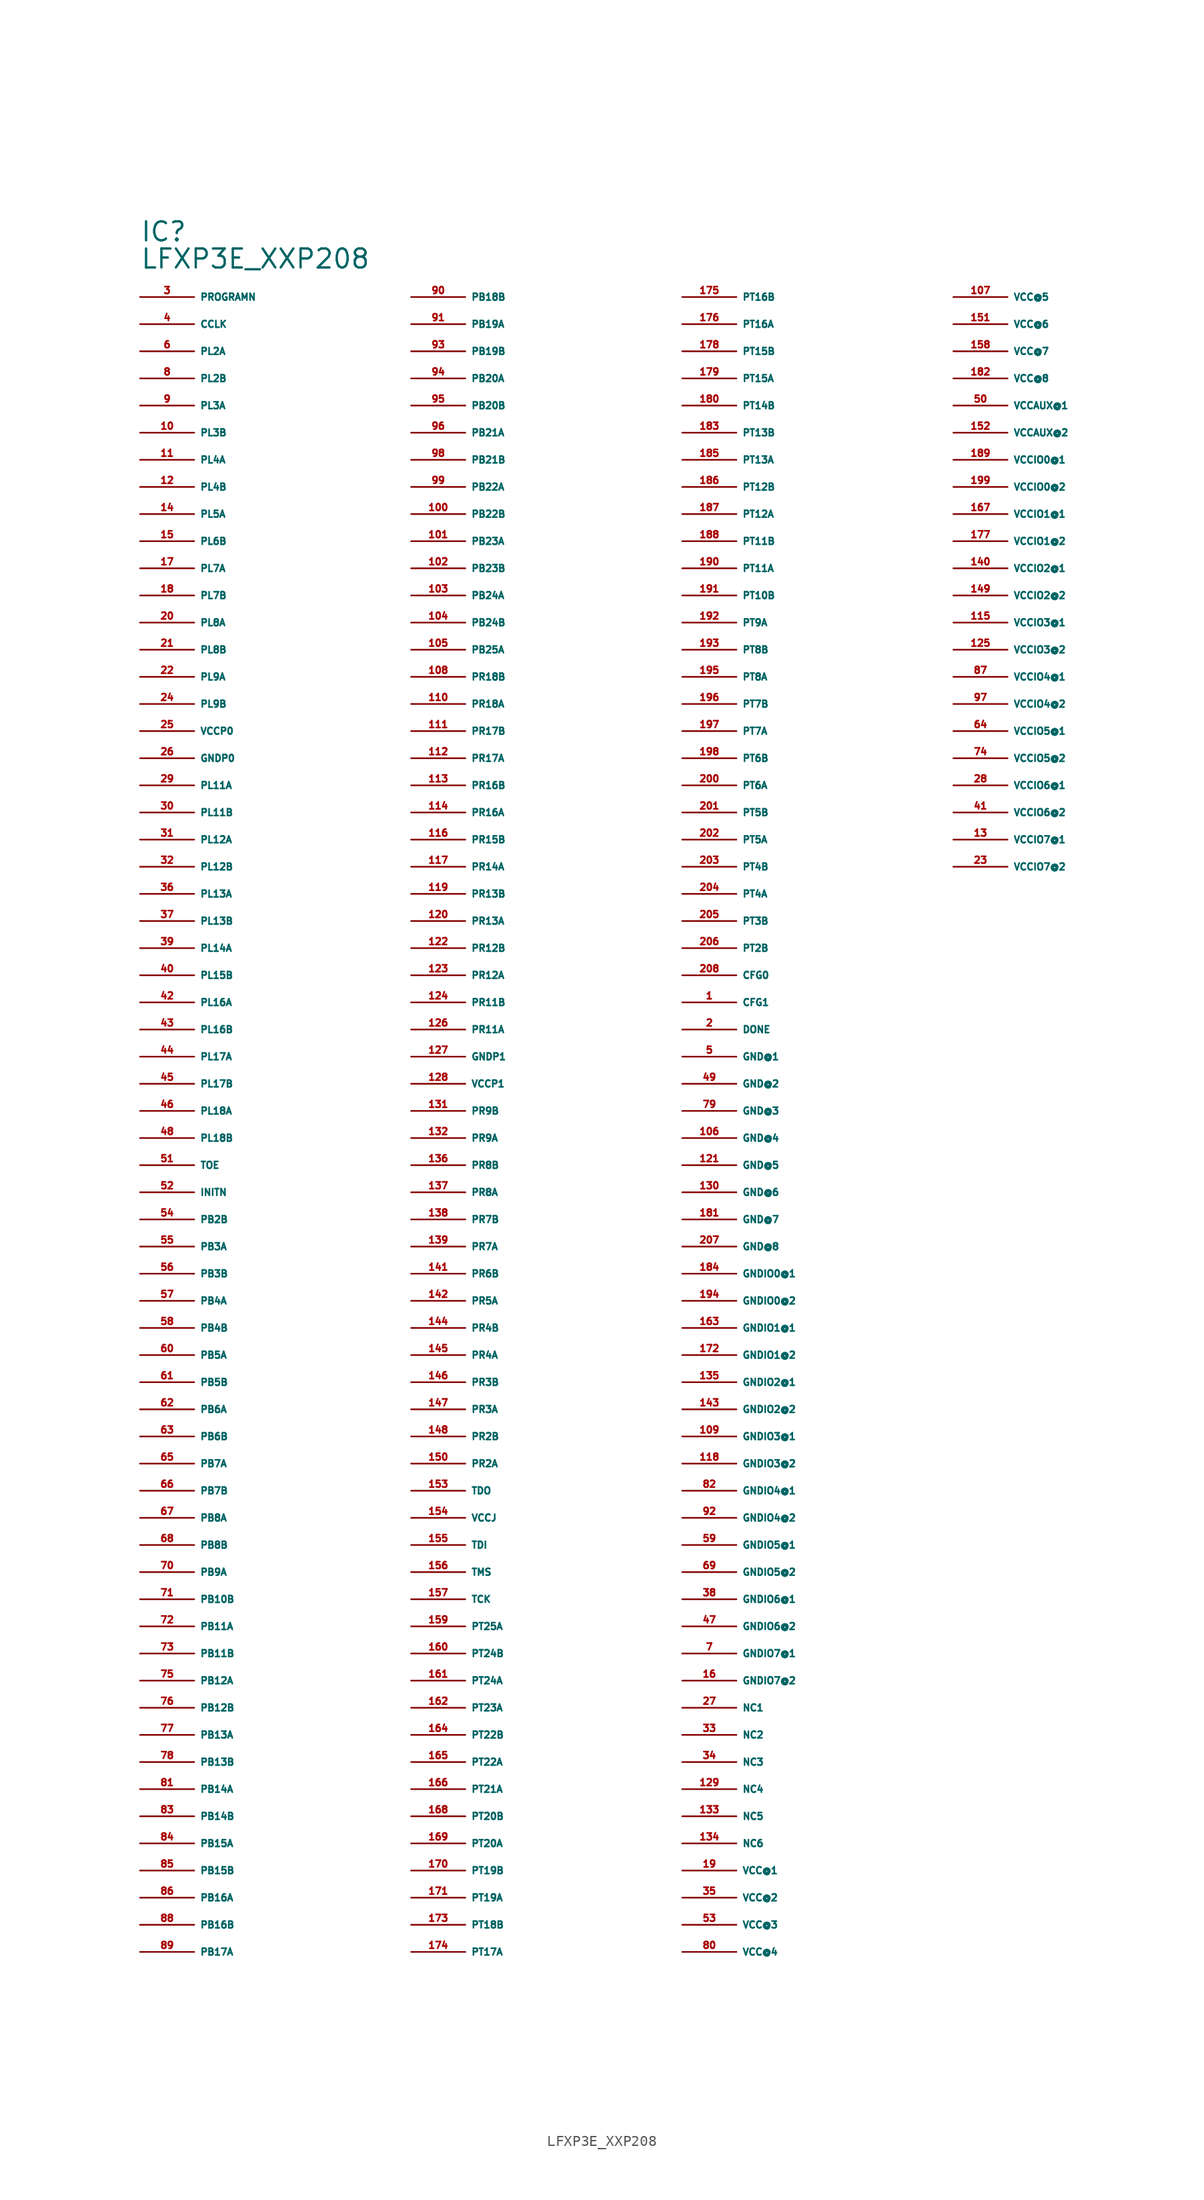
<source format=kicad_sym>
(kicad_symbol_lib
  (version 20220914)
  (generator Eagle2Kicad)
  (symbol "LFXP3E_XXP208"
    (property "Reference" "IC"
      (at -30.48 86.36 0)
      (effects (font (size 1.778 1.778) (thickness 0.22)) (justify left bottom)))
    (property "Value" "LFXP3E_XXP208"
      (at -30.48 83.82 0)
      (effects (font (size 1.778 1.778) (thickness 0.22)) (justify left bottom)))
    (pin input line
      (at -30.48 81.28 0)
      (length 5.08)
      (name "PROGRAMN" (effects (font (size 0.635 0.635) (thickness 0.08)) (justify left bottom)))
      (number "3" (effects (font (size 0.635 0.635) (thickness 0.08)) (justify left bottom))))
    (pin bidirectional line
      (at -30.48 78.74 0)
      (length 5.08)
      (name "CCLK" (effects (font (size 0.635 0.635) (thickness 0.08)) (justify left bottom)))
      (number "4" (effects (font (size 0.635 0.635) (thickness 0.08)) (justify left bottom))))
    (pin bidirectional line
      (at -30.48 76.2 0)
      (length 5.08)
      (name "PL2A" (effects (font (size 0.635 0.635) (thickness 0.08)) (justify left bottom)))
      (number "6" (effects (font (size 0.635 0.635) (thickness 0.08)) (justify left bottom))))
    (pin bidirectional line
      (at -30.48 73.66 0)
      (length 5.08)
      (name "PL2B" (effects (font (size 0.635 0.635) (thickness 0.08)) (justify left bottom)))
      (number "8" (effects (font (size 0.635 0.635) (thickness 0.08)) (justify left bottom))))
    (pin bidirectional line
      (at -30.48 71.12 0)
      (length 5.08)
      (name "PL3A" (effects (font (size 0.635 0.635) (thickness 0.08)) (justify left bottom)))
      (number "9" (effects (font (size 0.635 0.635) (thickness 0.08)) (justify left bottom))))
    (pin bidirectional line
      (at -30.48 68.58 0)
      (length 5.08)
      (name "PL3B" (effects (font (size 0.635 0.635) (thickness 0.08)) (justify left bottom)))
      (number "10" (effects (font (size 0.635 0.635) (thickness 0.08)) (justify left bottom))))
    (pin bidirectional line
      (at -30.48 66.04 0)
      (length 5.08)
      (name "PL4A" (effects (font (size 0.635 0.635) (thickness 0.08)) (justify left bottom)))
      (number "11" (effects (font (size 0.635 0.635) (thickness 0.08)) (justify left bottom))))
    (pin bidirectional line
      (at -30.48 63.5 0)
      (length 5.08)
      (name "PL4B" (effects (font (size 0.635 0.635) (thickness 0.08)) (justify left bottom)))
      (number "12" (effects (font (size 0.635 0.635) (thickness 0.08)) (justify left bottom))))
    (pin bidirectional line
      (at -30.48 60.96 0)
      (length 5.08)
      (name "PL5A" (effects (font (size 0.635 0.635) (thickness 0.08)) (justify left bottom)))
      (number "14" (effects (font (size 0.635 0.635) (thickness 0.08)) (justify left bottom))))
    (pin bidirectional line
      (at -30.48 58.42 0)
      (length 5.08)
      (name "PL6B" (effects (font (size 0.635 0.635) (thickness 0.08)) (justify left bottom)))
      (number "15" (effects (font (size 0.635 0.635) (thickness 0.08)) (justify left bottom))))
    (pin bidirectional line
      (at -30.48 55.88 0)
      (length 5.08)
      (name "PL7A" (effects (font (size 0.635 0.635) (thickness 0.08)) (justify left bottom)))
      (number "17" (effects (font (size 0.635 0.635) (thickness 0.08)) (justify left bottom))))
    (pin bidirectional line
      (at -30.48 53.34 0)
      (length 5.08)
      (name "PL7B" (effects (font (size 0.635 0.635) (thickness 0.08)) (justify left bottom)))
      (number "18" (effects (font (size 0.635 0.635) (thickness 0.08)) (justify left bottom))))
    (pin bidirectional line
      (at -30.48 50.8 0)
      (length 5.08)
      (name "PL8A" (effects (font (size 0.635 0.635) (thickness 0.08)) (justify left bottom)))
      (number "20" (effects (font (size 0.635 0.635) (thickness 0.08)) (justify left bottom))))
    (pin bidirectional line
      (at -30.48 48.26 0)
      (length 5.08)
      (name "PL8B" (effects (font (size 0.635 0.635) (thickness 0.08)) (justify left bottom)))
      (number "21" (effects (font (size 0.635 0.635) (thickness 0.08)) (justify left bottom))))
    (pin bidirectional line
      (at -30.48 45.72 0)
      (length 5.08)
      (name "PL9A" (effects (font (size 0.635 0.635) (thickness 0.08)) (justify left bottom)))
      (number "22" (effects (font (size 0.635 0.635) (thickness 0.08)) (justify left bottom))))
    (pin bidirectional line
      (at -30.48 43.18 0)
      (length 5.08)
      (name "PL9B" (effects (font (size 0.635 0.635) (thickness 0.08)) (justify left bottom)))
      (number "24" (effects (font (size 0.635 0.635) (thickness 0.08)) (justify left bottom))))
    (pin unspecified line
      (at -30.48 40.64 0)
      (length 5.08)
      (name "VCCP0" (effects (font (size 0.635 0.635) (thickness 0.08)) (justify left bottom)))
      (number "25" (effects (font (size 0.635 0.635) (thickness 0.08)) (justify left bottom))))
    (pin unspecified line
      (at -30.48 38.1 0)
      (length 5.08)
      (name "GNDP0" (effects (font (size 0.635 0.635) (thickness 0.08)) (justify left bottom)))
      (number "26" (effects (font (size 0.635 0.635) (thickness 0.08)) (justify left bottom))))
    (pin bidirectional line
      (at -30.48 35.56 0)
      (length 5.08)
      (name "PL11A" (effects (font (size 0.635 0.635) (thickness 0.08)) (justify left bottom)))
      (number "29" (effects (font (size 0.635 0.635) (thickness 0.08)) (justify left bottom))))
    (pin bidirectional line
      (at -30.48 33.02 0)
      (length 5.08)
      (name "PL11B" (effects (font (size 0.635 0.635) (thickness 0.08)) (justify left bottom)))
      (number "30" (effects (font (size 0.635 0.635) (thickness 0.08)) (justify left bottom))))
    (pin bidirectional line
      (at -30.48 30.48 0)
      (length 5.08)
      (name "PL12A" (effects (font (size 0.635 0.635) (thickness 0.08)) (justify left bottom)))
      (number "31" (effects (font (size 0.635 0.635) (thickness 0.08)) (justify left bottom))))
    (pin bidirectional line
      (at -30.48 27.94 0)
      (length 5.08)
      (name "PL12B" (effects (font (size 0.635 0.635) (thickness 0.08)) (justify left bottom)))
      (number "32" (effects (font (size 0.635 0.635) (thickness 0.08)) (justify left bottom))))
    (pin bidirectional line
      (at -30.48 25.4 0)
      (length 5.08)
      (name "PL13A" (effects (font (size 0.635 0.635) (thickness 0.08)) (justify left bottom)))
      (number "36" (effects (font (size 0.635 0.635) (thickness 0.08)) (justify left bottom))))
    (pin bidirectional line
      (at -30.48 22.86 0)
      (length 5.08)
      (name "PL13B" (effects (font (size 0.635 0.635) (thickness 0.08)) (justify left bottom)))
      (number "37" (effects (font (size 0.635 0.635) (thickness 0.08)) (justify left bottom))))
    (pin bidirectional line
      (at -30.48 20.32 0)
      (length 5.08)
      (name "PL14A" (effects (font (size 0.635 0.635) (thickness 0.08)) (justify left bottom)))
      (number "39" (effects (font (size 0.635 0.635) (thickness 0.08)) (justify left bottom))))
    (pin bidirectional line
      (at -30.48 17.78 0)
      (length 5.08)
      (name "PL15B" (effects (font (size 0.635 0.635) (thickness 0.08)) (justify left bottom)))
      (number "40" (effects (font (size 0.635 0.635) (thickness 0.08)) (justify left bottom))))
    (pin bidirectional line
      (at -30.48 15.24 0)
      (length 5.08)
      (name "PL16A" (effects (font (size 0.635 0.635) (thickness 0.08)) (justify left bottom)))
      (number "42" (effects (font (size 0.635 0.635) (thickness 0.08)) (justify left bottom))))
    (pin bidirectional line
      (at -30.48 12.7 0)
      (length 5.08)
      (name "PL16B" (effects (font (size 0.635 0.635) (thickness 0.08)) (justify left bottom)))
      (number "43" (effects (font (size 0.635 0.635) (thickness 0.08)) (justify left bottom))))
    (pin bidirectional line
      (at -30.48 10.16 0)
      (length 5.08)
      (name "PL17A" (effects (font (size 0.635 0.635) (thickness 0.08)) (justify left bottom)))
      (number "44" (effects (font (size 0.635 0.635) (thickness 0.08)) (justify left bottom))))
    (pin bidirectional line
      (at -30.48 7.62 0)
      (length 5.08)
      (name "PL17B" (effects (font (size 0.635 0.635) (thickness 0.08)) (justify left bottom)))
      (number "45" (effects (font (size 0.635 0.635) (thickness 0.08)) (justify left bottom))))
    (pin bidirectional line
      (at -30.48 5.08 0)
      (length 5.08)
      (name "PL18A" (effects (font (size 0.635 0.635) (thickness 0.08)) (justify left bottom)))
      (number "46" (effects (font (size 0.635 0.635) (thickness 0.08)) (justify left bottom))))
    (pin bidirectional line
      (at -30.48 2.54 0)
      (length 5.08)
      (name "PL18B" (effects (font (size 0.635 0.635) (thickness 0.08)) (justify left bottom)))
      (number "48" (effects (font (size 0.635 0.635) (thickness 0.08)) (justify left bottom))))
    (pin input line
      (at -30.48 0 0)
      (length 5.08)
      (name "TOE" (effects (font (size 0.635 0.635) (thickness 0.08)) (justify left bottom)))
      (number "51" (effects (font (size 0.635 0.635) (thickness 0.08)) (justify left bottom))))
    (pin bidirectional line
      (at -30.48 -2.54 0)
      (length 5.08)
      (name "INITN" (effects (font (size 0.635 0.635) (thickness 0.08)) (justify left bottom)))
      (number "52" (effects (font (size 0.635 0.635) (thickness 0.08)) (justify left bottom))))
    (pin bidirectional line
      (at -30.48 -5.08 0)
      (length 5.08)
      (name "PB2B" (effects (font (size 0.635 0.635) (thickness 0.08)) (justify left bottom)))
      (number "54" (effects (font (size 0.635 0.635) (thickness 0.08)) (justify left bottom))))
    (pin bidirectional line
      (at -30.48 -7.62 0)
      (length 5.08)
      (name "PB3A" (effects (font (size 0.635 0.635) (thickness 0.08)) (justify left bottom)))
      (number "55" (effects (font (size 0.635 0.635) (thickness 0.08)) (justify left bottom))))
    (pin bidirectional line
      (at -30.48 -10.16 0)
      (length 5.08)
      (name "PB3B" (effects (font (size 0.635 0.635) (thickness 0.08)) (justify left bottom)))
      (number "56" (effects (font (size 0.635 0.635) (thickness 0.08)) (justify left bottom))))
    (pin bidirectional line
      (at -30.48 -12.7 0)
      (length 5.08)
      (name "PB4A" (effects (font (size 0.635 0.635) (thickness 0.08)) (justify left bottom)))
      (number "57" (effects (font (size 0.635 0.635) (thickness 0.08)) (justify left bottom))))
    (pin bidirectional line
      (at -30.48 -15.24 0)
      (length 5.08)
      (name "PB4B" (effects (font (size 0.635 0.635) (thickness 0.08)) (justify left bottom)))
      (number "58" (effects (font (size 0.635 0.635) (thickness 0.08)) (justify left bottom))))
    (pin bidirectional line
      (at -30.48 -17.78 0)
      (length 5.08)
      (name "PB5A" (effects (font (size 0.635 0.635) (thickness 0.08)) (justify left bottom)))
      (number "60" (effects (font (size 0.635 0.635) (thickness 0.08)) (justify left bottom))))
    (pin bidirectional line
      (at -30.48 -20.32 0)
      (length 5.08)
      (name "PB5B" (effects (font (size 0.635 0.635) (thickness 0.08)) (justify left bottom)))
      (number "61" (effects (font (size 0.635 0.635) (thickness 0.08)) (justify left bottom))))
    (pin bidirectional line
      (at -30.48 -22.86 0)
      (length 5.08)
      (name "PB6A" (effects (font (size 0.635 0.635) (thickness 0.08)) (justify left bottom)))
      (number "62" (effects (font (size 0.635 0.635) (thickness 0.08)) (justify left bottom))))
    (pin bidirectional line
      (at -30.48 -25.4 0)
      (length 5.08)
      (name "PB6B" (effects (font (size 0.635 0.635) (thickness 0.08)) (justify left bottom)))
      (number "63" (effects (font (size 0.635 0.635) (thickness 0.08)) (justify left bottom))))
    (pin bidirectional line
      (at -30.48 -27.94 0)
      (length 5.08)
      (name "PB7A" (effects (font (size 0.635 0.635) (thickness 0.08)) (justify left bottom)))
      (number "65" (effects (font (size 0.635 0.635) (thickness 0.08)) (justify left bottom))))
    (pin bidirectional line
      (at -30.48 -30.48 0)
      (length 5.08)
      (name "PB7B" (effects (font (size 0.635 0.635) (thickness 0.08)) (justify left bottom)))
      (number "66" (effects (font (size 0.635 0.635) (thickness 0.08)) (justify left bottom))))
    (pin bidirectional line
      (at -30.48 -33.02 0)
      (length 5.08)
      (name "PB8A" (effects (font (size 0.635 0.635) (thickness 0.08)) (justify left bottom)))
      (number "67" (effects (font (size 0.635 0.635) (thickness 0.08)) (justify left bottom))))
    (pin bidirectional line
      (at -30.48 -35.56 0)
      (length 5.08)
      (name "PB8B" (effects (font (size 0.635 0.635) (thickness 0.08)) (justify left bottom)))
      (number "68" (effects (font (size 0.635 0.635) (thickness 0.08)) (justify left bottom))))
    (pin bidirectional line
      (at -30.48 -38.1 0)
      (length 5.08)
      (name "PB9A" (effects (font (size 0.635 0.635) (thickness 0.08)) (justify left bottom)))
      (number "70" (effects (font (size 0.635 0.635) (thickness 0.08)) (justify left bottom))))
    (pin bidirectional line
      (at -30.48 -40.64 0)
      (length 5.08)
      (name "PB10B" (effects (font (size 0.635 0.635) (thickness 0.08)) (justify left bottom)))
      (number "71" (effects (font (size 0.635 0.635) (thickness 0.08)) (justify left bottom))))
    (pin bidirectional line
      (at -30.48 -43.18 0)
      (length 5.08)
      (name "PB11A" (effects (font (size 0.635 0.635) (thickness 0.08)) (justify left bottom)))
      (number "72" (effects (font (size 0.635 0.635) (thickness 0.08)) (justify left bottom))))
    (pin bidirectional line
      (at -30.48 -45.72 0)
      (length 5.08)
      (name "PB11B" (effects (font (size 0.635 0.635) (thickness 0.08)) (justify left bottom)))
      (number "73" (effects (font (size 0.635 0.635) (thickness 0.08)) (justify left bottom))))
    (pin bidirectional line
      (at -30.48 -48.26 0)
      (length 5.08)
      (name "PB12A" (effects (font (size 0.635 0.635) (thickness 0.08)) (justify left bottom)))
      (number "75" (effects (font (size 0.635 0.635) (thickness 0.08)) (justify left bottom))))
    (pin bidirectional line
      (at -30.48 -50.8 0)
      (length 5.08)
      (name "PB12B" (effects (font (size 0.635 0.635) (thickness 0.08)) (justify left bottom)))
      (number "76" (effects (font (size 0.635 0.635) (thickness 0.08)) (justify left bottom))))
    (pin bidirectional line
      (at -30.48 -53.34 0)
      (length 5.08)
      (name "PB13A" (effects (font (size 0.635 0.635) (thickness 0.08)) (justify left bottom)))
      (number "77" (effects (font (size 0.635 0.635) (thickness 0.08)) (justify left bottom))))
    (pin bidirectional line
      (at -30.48 -55.88 0)
      (length 5.08)
      (name "PB13B" (effects (font (size 0.635 0.635) (thickness 0.08)) (justify left bottom)))
      (number "78" (effects (font (size 0.635 0.635) (thickness 0.08)) (justify left bottom))))
    (pin bidirectional line
      (at -30.48 -58.42 0)
      (length 5.08)
      (name "PB14A" (effects (font (size 0.635 0.635) (thickness 0.08)) (justify left bottom)))
      (number "81" (effects (font (size 0.635 0.635) (thickness 0.08)) (justify left bottom))))
    (pin bidirectional line
      (at -30.48 -60.96 0)
      (length 5.08)
      (name "PB14B" (effects (font (size 0.635 0.635) (thickness 0.08)) (justify left bottom)))
      (number "83" (effects (font (size 0.635 0.635) (thickness 0.08)) (justify left bottom))))
    (pin bidirectional line
      (at -30.48 -63.5 0)
      (length 5.08)
      (name "PB15A" (effects (font (size 0.635 0.635) (thickness 0.08)) (justify left bottom)))
      (number "84" (effects (font (size 0.635 0.635) (thickness 0.08)) (justify left bottom))))
    (pin bidirectional line
      (at -30.48 -66.04 0)
      (length 5.08)
      (name "PB15B" (effects (font (size 0.635 0.635) (thickness 0.08)) (justify left bottom)))
      (number "85" (effects (font (size 0.635 0.635) (thickness 0.08)) (justify left bottom))))
    (pin bidirectional line
      (at -30.48 -68.58 0)
      (length 5.08)
      (name "PB16A" (effects (font (size 0.635 0.635) (thickness 0.08)) (justify left bottom)))
      (number "86" (effects (font (size 0.635 0.635) (thickness 0.08)) (justify left bottom))))
    (pin bidirectional line
      (at -30.48 -71.12 0)
      (length 5.08)
      (name "PB16B" (effects (font (size 0.635 0.635) (thickness 0.08)) (justify left bottom)))
      (number "88" (effects (font (size 0.635 0.635) (thickness 0.08)) (justify left bottom))))
    (pin bidirectional line
      (at -30.48 -73.66 0)
      (length 5.08)
      (name "PB17A" (effects (font (size 0.635 0.635) (thickness 0.08)) (justify left bottom)))
      (number "89" (effects (font (size 0.635 0.635) (thickness 0.08)) (justify left bottom))))
    (pin bidirectional line
      (at -5.08 81.28 0)
      (length 5.08)
      (name "PB18B" (effects (font (size 0.635 0.635) (thickness 0.08)) (justify left bottom)))
      (number "90" (effects (font (size 0.635 0.635) (thickness 0.08)) (justify left bottom))))
    (pin bidirectional line
      (at -5.08 78.74 0)
      (length 5.08)
      (name "PB19A" (effects (font (size 0.635 0.635) (thickness 0.08)) (justify left bottom)))
      (number "91" (effects (font (size 0.635 0.635) (thickness 0.08)) (justify left bottom))))
    (pin bidirectional line
      (at -5.08 76.2 0)
      (length 5.08)
      (name "PB19B" (effects (font (size 0.635 0.635) (thickness 0.08)) (justify left bottom)))
      (number "93" (effects (font (size 0.635 0.635) (thickness 0.08)) (justify left bottom))))
    (pin bidirectional line
      (at -5.08 73.66 0)
      (length 5.08)
      (name "PB20A" (effects (font (size 0.635 0.635) (thickness 0.08)) (justify left bottom)))
      (number "94" (effects (font (size 0.635 0.635) (thickness 0.08)) (justify left bottom))))
    (pin bidirectional line
      (at -5.08 71.12 0)
      (length 5.08)
      (name "PB20B" (effects (font (size 0.635 0.635) (thickness 0.08)) (justify left bottom)))
      (number "95" (effects (font (size 0.635 0.635) (thickness 0.08)) (justify left bottom))))
    (pin bidirectional line
      (at -5.08 68.58 0)
      (length 5.08)
      (name "PB21A" (effects (font (size 0.635 0.635) (thickness 0.08)) (justify left bottom)))
      (number "96" (effects (font (size 0.635 0.635) (thickness 0.08)) (justify left bottom))))
    (pin bidirectional line
      (at -5.08 66.04 0)
      (length 5.08)
      (name "PB21B" (effects (font (size 0.635 0.635) (thickness 0.08)) (justify left bottom)))
      (number "98" (effects (font (size 0.635 0.635) (thickness 0.08)) (justify left bottom))))
    (pin bidirectional line
      (at -5.08 63.5 0)
      (length 5.08)
      (name "PB22A" (effects (font (size 0.635 0.635) (thickness 0.08)) (justify left bottom)))
      (number "99" (effects (font (size 0.635 0.635) (thickness 0.08)) (justify left bottom))))
    (pin bidirectional line
      (at -5.08 60.96 0)
      (length 5.08)
      (name "PB22B" (effects (font (size 0.635 0.635) (thickness 0.08)) (justify left bottom)))
      (number "100" (effects (font (size 0.635 0.635) (thickness 0.08)) (justify left bottom))))
    (pin bidirectional line
      (at -5.08 58.42 0)
      (length 5.08)
      (name "PB23A" (effects (font (size 0.635 0.635) (thickness 0.08)) (justify left bottom)))
      (number "101" (effects (font (size 0.635 0.635) (thickness 0.08)) (justify left bottom))))
    (pin bidirectional line
      (at -5.08 55.88 0)
      (length 5.08)
      (name "PB23B" (effects (font (size 0.635 0.635) (thickness 0.08)) (justify left bottom)))
      (number "102" (effects (font (size 0.635 0.635) (thickness 0.08)) (justify left bottom))))
    (pin bidirectional line
      (at -5.08 53.34 0)
      (length 5.08)
      (name "PB24A" (effects (font (size 0.635 0.635) (thickness 0.08)) (justify left bottom)))
      (number "103" (effects (font (size 0.635 0.635) (thickness 0.08)) (justify left bottom))))
    (pin bidirectional line
      (at -5.08 50.8 0)
      (length 5.08)
      (name "PB24B" (effects (font (size 0.635 0.635) (thickness 0.08)) (justify left bottom)))
      (number "104" (effects (font (size 0.635 0.635) (thickness 0.08)) (justify left bottom))))
    (pin bidirectional line
      (at -5.08 48.26 0)
      (length 5.08)
      (name "PB25A" (effects (font (size 0.635 0.635) (thickness 0.08)) (justify left bottom)))
      (number "105" (effects (font (size 0.635 0.635) (thickness 0.08)) (justify left bottom))))
    (pin bidirectional line
      (at -5.08 45.72 0)
      (length 5.08)
      (name "PR18B" (effects (font (size 0.635 0.635) (thickness 0.08)) (justify left bottom)))
      (number "108" (effects (font (size 0.635 0.635) (thickness 0.08)) (justify left bottom))))
    (pin bidirectional line
      (at -5.08 43.18 0)
      (length 5.08)
      (name "PR18A" (effects (font (size 0.635 0.635) (thickness 0.08)) (justify left bottom)))
      (number "110" (effects (font (size 0.635 0.635) (thickness 0.08)) (justify left bottom))))
    (pin bidirectional line
      (at -5.08 40.64 0)
      (length 5.08)
      (name "PR17B" (effects (font (size 0.635 0.635) (thickness 0.08)) (justify left bottom)))
      (number "111" (effects (font (size 0.635 0.635) (thickness 0.08)) (justify left bottom))))
    (pin bidirectional line
      (at -5.08 38.1 0)
      (length 5.08)
      (name "PR17A" (effects (font (size 0.635 0.635) (thickness 0.08)) (justify left bottom)))
      (number "112" (effects (font (size 0.635 0.635) (thickness 0.08)) (justify left bottom))))
    (pin bidirectional line
      (at -5.08 35.56 0)
      (length 5.08)
      (name "PR16B" (effects (font (size 0.635 0.635) (thickness 0.08)) (justify left bottom)))
      (number "113" (effects (font (size 0.635 0.635) (thickness 0.08)) (justify left bottom))))
    (pin bidirectional line
      (at -5.08 33.02 0)
      (length 5.08)
      (name "PR16A" (effects (font (size 0.635 0.635) (thickness 0.08)) (justify left bottom)))
      (number "114" (effects (font (size 0.635 0.635) (thickness 0.08)) (justify left bottom))))
    (pin bidirectional line
      (at -5.08 30.48 0)
      (length 5.08)
      (name "PR15B" (effects (font (size 0.635 0.635) (thickness 0.08)) (justify left bottom)))
      (number "116" (effects (font (size 0.635 0.635) (thickness 0.08)) (justify left bottom))))
    (pin bidirectional line
      (at -5.08 27.94 0)
      (length 5.08)
      (name "PR14A" (effects (font (size 0.635 0.635) (thickness 0.08)) (justify left bottom)))
      (number "117" (effects (font (size 0.635 0.635) (thickness 0.08)) (justify left bottom))))
    (pin bidirectional line
      (at -5.08 25.4 0)
      (length 5.08)
      (name "PR13B" (effects (font (size 0.635 0.635) (thickness 0.08)) (justify left bottom)))
      (number "119" (effects (font (size 0.635 0.635) (thickness 0.08)) (justify left bottom))))
    (pin bidirectional line
      (at -5.08 22.86 0)
      (length 5.08)
      (name "PR13A" (effects (font (size 0.635 0.635) (thickness 0.08)) (justify left bottom)))
      (number "120" (effects (font (size 0.635 0.635) (thickness 0.08)) (justify left bottom))))
    (pin bidirectional line
      (at -5.08 20.32 0)
      (length 5.08)
      (name "PR12B" (effects (font (size 0.635 0.635) (thickness 0.08)) (justify left bottom)))
      (number "122" (effects (font (size 0.635 0.635) (thickness 0.08)) (justify left bottom))))
    (pin bidirectional line
      (at -5.08 17.78 0)
      (length 5.08)
      (name "PR12A" (effects (font (size 0.635 0.635) (thickness 0.08)) (justify left bottom)))
      (number "123" (effects (font (size 0.635 0.635) (thickness 0.08)) (justify left bottom))))
    (pin bidirectional line
      (at -5.08 15.24 0)
      (length 5.08)
      (name "PR11B" (effects (font (size 0.635 0.635) (thickness 0.08)) (justify left bottom)))
      (number "124" (effects (font (size 0.635 0.635) (thickness 0.08)) (justify left bottom))))
    (pin bidirectional line
      (at -5.08 12.7 0)
      (length 5.08)
      (name "PR11A" (effects (font (size 0.635 0.635) (thickness 0.08)) (justify left bottom)))
      (number "126" (effects (font (size 0.635 0.635) (thickness 0.08)) (justify left bottom))))
    (pin unspecified line
      (at -5.08 10.16 0)
      (length 5.08)
      (name "GNDP1" (effects (font (size 0.635 0.635) (thickness 0.08)) (justify left bottom)))
      (number "127" (effects (font (size 0.635 0.635) (thickness 0.08)) (justify left bottom))))
    (pin unspecified line
      (at -5.08 7.62 0)
      (length 5.08)
      (name "VCCP1" (effects (font (size 0.635 0.635) (thickness 0.08)) (justify left bottom)))
      (number "128" (effects (font (size 0.635 0.635) (thickness 0.08)) (justify left bottom))))
    (pin bidirectional line
      (at -5.08 5.08 0)
      (length 5.08)
      (name "PR9B" (effects (font (size 0.635 0.635) (thickness 0.08)) (justify left bottom)))
      (number "131" (effects (font (size 0.635 0.635) (thickness 0.08)) (justify left bottom))))
    (pin bidirectional line
      (at -5.08 2.54 0)
      (length 5.08)
      (name "PR9A" (effects (font (size 0.635 0.635) (thickness 0.08)) (justify left bottom)))
      (number "132" (effects (font (size 0.635 0.635) (thickness 0.08)) (justify left bottom))))
    (pin bidirectional line
      (at -5.08 0 0)
      (length 5.08)
      (name "PR8B" (effects (font (size 0.635 0.635) (thickness 0.08)) (justify left bottom)))
      (number "136" (effects (font (size 0.635 0.635) (thickness 0.08)) (justify left bottom))))
    (pin bidirectional line
      (at -5.08 -2.54 0)
      (length 5.08)
      (name "PR8A" (effects (font (size 0.635 0.635) (thickness 0.08)) (justify left bottom)))
      (number "137" (effects (font (size 0.635 0.635) (thickness 0.08)) (justify left bottom))))
    (pin bidirectional line
      (at -5.08 -5.08 0)
      (length 5.08)
      (name "PR7B" (effects (font (size 0.635 0.635) (thickness 0.08)) (justify left bottom)))
      (number "138" (effects (font (size 0.635 0.635) (thickness 0.08)) (justify left bottom))))
    (pin bidirectional line
      (at -5.08 -7.62 0)
      (length 5.08)
      (name "PR7A" (effects (font (size 0.635 0.635) (thickness 0.08)) (justify left bottom)))
      (number "139" (effects (font (size 0.635 0.635) (thickness 0.08)) (justify left bottom))))
    (pin bidirectional line
      (at -5.08 -10.16 0)
      (length 5.08)
      (name "PR6B" (effects (font (size 0.635 0.635) (thickness 0.08)) (justify left bottom)))
      (number "141" (effects (font (size 0.635 0.635) (thickness 0.08)) (justify left bottom))))
    (pin bidirectional line
      (at -5.08 -12.7 0)
      (length 5.08)
      (name "PR5A" (effects (font (size 0.635 0.635) (thickness 0.08)) (justify left bottom)))
      (number "142" (effects (font (size 0.635 0.635) (thickness 0.08)) (justify left bottom))))
    (pin bidirectional line
      (at -5.08 -15.24 0)
      (length 5.08)
      (name "PR4B" (effects (font (size 0.635 0.635) (thickness 0.08)) (justify left bottom)))
      (number "144" (effects (font (size 0.635 0.635) (thickness 0.08)) (justify left bottom))))
    (pin bidirectional line
      (at -5.08 -17.78 0)
      (length 5.08)
      (name "PR4A" (effects (font (size 0.635 0.635) (thickness 0.08)) (justify left bottom)))
      (number "145" (effects (font (size 0.635 0.635) (thickness 0.08)) (justify left bottom))))
    (pin bidirectional line
      (at -5.08 -20.32 0)
      (length 5.08)
      (name "PR3B" (effects (font (size 0.635 0.635) (thickness 0.08)) (justify left bottom)))
      (number "146" (effects (font (size 0.635 0.635) (thickness 0.08)) (justify left bottom))))
    (pin bidirectional line
      (at -5.08 -22.86 0)
      (length 5.08)
      (name "PR3A" (effects (font (size 0.635 0.635) (thickness 0.08)) (justify left bottom)))
      (number "147" (effects (font (size 0.635 0.635) (thickness 0.08)) (justify left bottom))))
    (pin bidirectional line
      (at -5.08 -25.4 0)
      (length 5.08)
      (name "PR2B" (effects (font (size 0.635 0.635) (thickness 0.08)) (justify left bottom)))
      (number "148" (effects (font (size 0.635 0.635) (thickness 0.08)) (justify left bottom))))
    (pin bidirectional line
      (at -5.08 -27.94 0)
      (length 5.08)
      (name "PR2A" (effects (font (size 0.635 0.635) (thickness 0.08)) (justify left bottom)))
      (number "150" (effects (font (size 0.635 0.635) (thickness 0.08)) (justify left bottom))))
    (pin output line
      (at -5.08 -30.48 0)
      (length 5.08)
      (name "TDO" (effects (font (size 0.635 0.635) (thickness 0.08)) (justify left bottom)))
      (number "153" (effects (font (size 0.635 0.635) (thickness 0.08)) (justify left bottom))))
    (pin unspecified line
      (at -5.08 -33.02 0)
      (length 5.08)
      (name "VCCJ" (effects (font (size 0.635 0.635) (thickness 0.08)) (justify left bottom)))
      (number "154" (effects (font (size 0.635 0.635) (thickness 0.08)) (justify left bottom))))
    (pin input line
      (at -5.08 -35.56 0)
      (length 5.08)
      (name "TDI" (effects (font (size 0.635 0.635) (thickness 0.08)) (justify left bottom)))
      (number "155" (effects (font (size 0.635 0.635) (thickness 0.08)) (justify left bottom))))
    (pin input line
      (at -5.08 -38.1 0)
      (length 5.08)
      (name "TMS" (effects (font (size 0.635 0.635) (thickness 0.08)) (justify left bottom)))
      (number "156" (effects (font (size 0.635 0.635) (thickness 0.08)) (justify left bottom))))
    (pin input line
      (at -5.08 -40.64 0)
      (length 5.08)
      (name "TCK" (effects (font (size 0.635 0.635) (thickness 0.08)) (justify left bottom)))
      (number "157" (effects (font (size 0.635 0.635) (thickness 0.08)) (justify left bottom))))
    (pin bidirectional line
      (at -5.08 -43.18 0)
      (length 5.08)
      (name "PT25A" (effects (font (size 0.635 0.635) (thickness 0.08)) (justify left bottom)))
      (number "159" (effects (font (size 0.635 0.635) (thickness 0.08)) (justify left bottom))))
    (pin bidirectional line
      (at -5.08 -45.72 0)
      (length 5.08)
      (name "PT24B" (effects (font (size 0.635 0.635) (thickness 0.08)) (justify left bottom)))
      (number "160" (effects (font (size 0.635 0.635) (thickness 0.08)) (justify left bottom))))
    (pin bidirectional line
      (at -5.08 -48.26 0)
      (length 5.08)
      (name "PT24A" (effects (font (size 0.635 0.635) (thickness 0.08)) (justify left bottom)))
      (number "161" (effects (font (size 0.635 0.635) (thickness 0.08)) (justify left bottom))))
    (pin bidirectional line
      (at -5.08 -50.8 0)
      (length 5.08)
      (name "PT23A" (effects (font (size 0.635 0.635) (thickness 0.08)) (justify left bottom)))
      (number "162" (effects (font (size 0.635 0.635) (thickness 0.08)) (justify left bottom))))
    (pin bidirectional line
      (at -5.08 -53.34 0)
      (length 5.08)
      (name "PT22B" (effects (font (size 0.635 0.635) (thickness 0.08)) (justify left bottom)))
      (number "164" (effects (font (size 0.635 0.635) (thickness 0.08)) (justify left bottom))))
    (pin bidirectional line
      (at -5.08 -55.88 0)
      (length 5.08)
      (name "PT22A" (effects (font (size 0.635 0.635) (thickness 0.08)) (justify left bottom)))
      (number "165" (effects (font (size 0.635 0.635) (thickness 0.08)) (justify left bottom))))
    (pin bidirectional line
      (at -5.08 -58.42 0)
      (length 5.08)
      (name "PT21A" (effects (font (size 0.635 0.635) (thickness 0.08)) (justify left bottom)))
      (number "166" (effects (font (size 0.635 0.635) (thickness 0.08)) (justify left bottom))))
    (pin bidirectional line
      (at -5.08 -60.96 0)
      (length 5.08)
      (name "PT20B" (effects (font (size 0.635 0.635) (thickness 0.08)) (justify left bottom)))
      (number "168" (effects (font (size 0.635 0.635) (thickness 0.08)) (justify left bottom))))
    (pin bidirectional line
      (at -5.08 -63.5 0)
      (length 5.08)
      (name "PT20A" (effects (font (size 0.635 0.635) (thickness 0.08)) (justify left bottom)))
      (number "169" (effects (font (size 0.635 0.635) (thickness 0.08)) (justify left bottom))))
    (pin bidirectional line
      (at -5.08 -66.04 0)
      (length 5.08)
      (name "PT19B" (effects (font (size 0.635 0.635) (thickness 0.08)) (justify left bottom)))
      (number "170" (effects (font (size 0.635 0.635) (thickness 0.08)) (justify left bottom))))
    (pin bidirectional line
      (at -5.08 -68.58 0)
      (length 5.08)
      (name "PT19A" (effects (font (size 0.635 0.635) (thickness 0.08)) (justify left bottom)))
      (number "171" (effects (font (size 0.635 0.635) (thickness 0.08)) (justify left bottom))))
    (pin bidirectional line
      (at -5.08 -71.12 0)
      (length 5.08)
      (name "PT18B" (effects (font (size 0.635 0.635) (thickness 0.08)) (justify left bottom)))
      (number "173" (effects (font (size 0.635 0.635) (thickness 0.08)) (justify left bottom))))
    (pin bidirectional line
      (at -5.08 -73.66 0)
      (length 5.08)
      (name "PT17A" (effects (font (size 0.635 0.635) (thickness 0.08)) (justify left bottom)))
      (number "174" (effects (font (size 0.635 0.635) (thickness 0.08)) (justify left bottom))))
    (pin bidirectional line
      (at 20.32 81.28 0)
      (length 5.08)
      (name "PT16B" (effects (font (size 0.635 0.635) (thickness 0.08)) (justify left bottom)))
      (number "175" (effects (font (size 0.635 0.635) (thickness 0.08)) (justify left bottom))))
    (pin bidirectional line
      (at 20.32 78.74 0)
      (length 5.08)
      (name "PT16A" (effects (font (size 0.635 0.635) (thickness 0.08)) (justify left bottom)))
      (number "176" (effects (font (size 0.635 0.635) (thickness 0.08)) (justify left bottom))))
    (pin bidirectional line
      (at 20.32 76.2 0)
      (length 5.08)
      (name "PT15B" (effects (font (size 0.635 0.635) (thickness 0.08)) (justify left bottom)))
      (number "178" (effects (font (size 0.635 0.635) (thickness 0.08)) (justify left bottom))))
    (pin bidirectional line
      (at 20.32 73.66 0)
      (length 5.08)
      (name "PT15A" (effects (font (size 0.635 0.635) (thickness 0.08)) (justify left bottom)))
      (number "179" (effects (font (size 0.635 0.635) (thickness 0.08)) (justify left bottom))))
    (pin bidirectional line
      (at 20.32 71.12 0)
      (length 5.08)
      (name "PT14B" (effects (font (size 0.635 0.635) (thickness 0.08)) (justify left bottom)))
      (number "180" (effects (font (size 0.635 0.635) (thickness 0.08)) (justify left bottom))))
    (pin bidirectional line
      (at 20.32 68.58 0)
      (length 5.08)
      (name "PT13B" (effects (font (size 0.635 0.635) (thickness 0.08)) (justify left bottom)))
      (number "183" (effects (font (size 0.635 0.635) (thickness 0.08)) (justify left bottom))))
    (pin bidirectional line
      (at 20.32 66.04 0)
      (length 5.08)
      (name "PT13A" (effects (font (size 0.635 0.635) (thickness 0.08)) (justify left bottom)))
      (number "185" (effects (font (size 0.635 0.635) (thickness 0.08)) (justify left bottom))))
    (pin bidirectional line
      (at 20.32 63.5 0)
      (length 5.08)
      (name "PT12B" (effects (font (size 0.635 0.635) (thickness 0.08)) (justify left bottom)))
      (number "186" (effects (font (size 0.635 0.635) (thickness 0.08)) (justify left bottom))))
    (pin bidirectional line
      (at 20.32 60.96 0)
      (length 5.08)
      (name "PT12A" (effects (font (size 0.635 0.635) (thickness 0.08)) (justify left bottom)))
      (number "187" (effects (font (size 0.635 0.635) (thickness 0.08)) (justify left bottom))))
    (pin bidirectional line
      (at 20.32 58.42 0)
      (length 5.08)
      (name "PT11B" (effects (font (size 0.635 0.635) (thickness 0.08)) (justify left bottom)))
      (number "188" (effects (font (size 0.635 0.635) (thickness 0.08)) (justify left bottom))))
    (pin bidirectional line
      (at 20.32 55.88 0)
      (length 5.08)
      (name "PT11A" (effects (font (size 0.635 0.635) (thickness 0.08)) (justify left bottom)))
      (number "190" (effects (font (size 0.635 0.635) (thickness 0.08)) (justify left bottom))))
    (pin bidirectional line
      (at 20.32 53.34 0)
      (length 5.08)
      (name "PT10B" (effects (font (size 0.635 0.635) (thickness 0.08)) (justify left bottom)))
      (number "191" (effects (font (size 0.635 0.635) (thickness 0.08)) (justify left bottom))))
    (pin bidirectional line
      (at 20.32 50.8 0)
      (length 5.08)
      (name "PT9A" (effects (font (size 0.635 0.635) (thickness 0.08)) (justify left bottom)))
      (number "192" (effects (font (size 0.635 0.635) (thickness 0.08)) (justify left bottom))))
    (pin bidirectional line
      (at 20.32 48.26 0)
      (length 5.08)
      (name "PT8B" (effects (font (size 0.635 0.635) (thickness 0.08)) (justify left bottom)))
      (number "193" (effects (font (size 0.635 0.635) (thickness 0.08)) (justify left bottom))))
    (pin bidirectional line
      (at 20.32 45.72 0)
      (length 5.08)
      (name "PT8A" (effects (font (size 0.635 0.635) (thickness 0.08)) (justify left bottom)))
      (number "195" (effects (font (size 0.635 0.635) (thickness 0.08)) (justify left bottom))))
    (pin bidirectional line
      (at 20.32 43.18 0)
      (length 5.08)
      (name "PT7B" (effects (font (size 0.635 0.635) (thickness 0.08)) (justify left bottom)))
      (number "196" (effects (font (size 0.635 0.635) (thickness 0.08)) (justify left bottom))))
    (pin bidirectional line
      (at 20.32 40.64 0)
      (length 5.08)
      (name "PT7A" (effects (font (size 0.635 0.635) (thickness 0.08)) (justify left bottom)))
      (number "197" (effects (font (size 0.635 0.635) (thickness 0.08)) (justify left bottom))))
    (pin bidirectional line
      (at 20.32 38.1 0)
      (length 5.08)
      (name "PT6B" (effects (font (size 0.635 0.635) (thickness 0.08)) (justify left bottom)))
      (number "198" (effects (font (size 0.635 0.635) (thickness 0.08)) (justify left bottom))))
    (pin bidirectional line
      (at 20.32 35.56 0)
      (length 5.08)
      (name "PT6A" (effects (font (size 0.635 0.635) (thickness 0.08)) (justify left bottom)))
      (number "200" (effects (font (size 0.635 0.635) (thickness 0.08)) (justify left bottom))))
    (pin bidirectional line
      (at 20.32 33.02 0)
      (length 5.08)
      (name "PT5B" (effects (font (size 0.635 0.635) (thickness 0.08)) (justify left bottom)))
      (number "201" (effects (font (size 0.635 0.635) (thickness 0.08)) (justify left bottom))))
    (pin bidirectional line
      (at 20.32 30.48 0)
      (length 5.08)
      (name "PT5A" (effects (font (size 0.635 0.635) (thickness 0.08)) (justify left bottom)))
      (number "202" (effects (font (size 0.635 0.635) (thickness 0.08)) (justify left bottom))))
    (pin bidirectional line
      (at 20.32 27.94 0)
      (length 5.08)
      (name "PT4B" (effects (font (size 0.635 0.635) (thickness 0.08)) (justify left bottom)))
      (number "203" (effects (font (size 0.635 0.635) (thickness 0.08)) (justify left bottom))))
    (pin bidirectional line
      (at 20.32 25.4 0)
      (length 5.08)
      (name "PT4A" (effects (font (size 0.635 0.635) (thickness 0.08)) (justify left bottom)))
      (number "204" (effects (font (size 0.635 0.635) (thickness 0.08)) (justify left bottom))))
    (pin bidirectional line
      (at 20.32 22.86 0)
      (length 5.08)
      (name "PT3B" (effects (font (size 0.635 0.635) (thickness 0.08)) (justify left bottom)))
      (number "205" (effects (font (size 0.635 0.635) (thickness 0.08)) (justify left bottom))))
    (pin bidirectional line
      (at 20.32 20.32 0)
      (length 5.08)
      (name "PT2B" (effects (font (size 0.635 0.635) (thickness 0.08)) (justify left bottom)))
      (number "206" (effects (font (size 0.635 0.635) (thickness 0.08)) (justify left bottom))))
    (pin input line
      (at 20.32 17.78 0)
      (length 5.08)
      (name "CFG0" (effects (font (size 0.635 0.635) (thickness 0.08)) (justify left bottom)))
      (number "208" (effects (font (size 0.635 0.635) (thickness 0.08)) (justify left bottom))))
    (pin input line
      (at 20.32 15.24 0)
      (length 5.08)
      (name "CFG1" (effects (font (size 0.635 0.635) (thickness 0.08)) (justify left bottom)))
      (number "1" (effects (font (size 0.635 0.635) (thickness 0.08)) (justify left bottom))))
    (pin bidirectional line
      (at 20.32 12.7 0)
      (length 5.08)
      (name "DONE" (effects (font (size 0.635 0.635) (thickness 0.08)) (justify left bottom)))
      (number "2" (effects (font (size 0.635 0.635) (thickness 0.08)) (justify left bottom))))
    (pin unspecified line
      (at 20.32 10.16 0)
      (length 5.08)
      (name "GND@1" (effects (font (size 0.635 0.635) (thickness 0.08)) (justify left bottom)))
      (number "5" (effects (font (size 0.635 0.635) (thickness 0.08)) (justify left bottom))))
    (pin unspecified line
      (at 20.32 7.62 0)
      (length 5.08)
      (name "GND@2" (effects (font (size 0.635 0.635) (thickness 0.08)) (justify left bottom)))
      (number "49" (effects (font (size 0.635 0.635) (thickness 0.08)) (justify left bottom))))
    (pin unspecified line
      (at 20.32 5.08 0)
      (length 5.08)
      (name "GND@3" (effects (font (size 0.635 0.635) (thickness 0.08)) (justify left bottom)))
      (number "79" (effects (font (size 0.635 0.635) (thickness 0.08)) (justify left bottom))))
    (pin unspecified line
      (at 20.32 2.54 0)
      (length 5.08)
      (name "GND@4" (effects (font (size 0.635 0.635) (thickness 0.08)) (justify left bottom)))
      (number "106" (effects (font (size 0.635 0.635) (thickness 0.08)) (justify left bottom))))
    (pin unspecified line
      (at 20.32 0 0)
      (length 5.08)
      (name "GND@5" (effects (font (size 0.635 0.635) (thickness 0.08)) (justify left bottom)))
      (number "121" (effects (font (size 0.635 0.635) (thickness 0.08)) (justify left bottom))))
    (pin unspecified line
      (at 20.32 -2.54 0)
      (length 5.08)
      (name "GND@6" (effects (font (size 0.635 0.635) (thickness 0.08)) (justify left bottom)))
      (number "130" (effects (font (size 0.635 0.635) (thickness 0.08)) (justify left bottom))))
    (pin unspecified line
      (at 20.32 -5.08 0)
      (length 5.08)
      (name "GND@7" (effects (font (size 0.635 0.635) (thickness 0.08)) (justify left bottom)))
      (number "181" (effects (font (size 0.635 0.635) (thickness 0.08)) (justify left bottom))))
    (pin unspecified line
      (at 20.32 -7.62 0)
      (length 5.08)
      (name "GND@8" (effects (font (size 0.635 0.635) (thickness 0.08)) (justify left bottom)))
      (number "207" (effects (font (size 0.635 0.635) (thickness 0.08)) (justify left bottom))))
    (pin unspecified line
      (at 20.32 -10.16 0)
      (length 5.08)
      (name "GNDIO0@1" (effects (font (size 0.635 0.635) (thickness 0.08)) (justify left bottom)))
      (number "184" (effects (font (size 0.635 0.635) (thickness 0.08)) (justify left bottom))))
    (pin unspecified line
      (at 20.32 -12.7 0)
      (length 5.08)
      (name "GNDIO0@2" (effects (font (size 0.635 0.635) (thickness 0.08)) (justify left bottom)))
      (number "194" (effects (font (size 0.635 0.635) (thickness 0.08)) (justify left bottom))))
    (pin unspecified line
      (at 20.32 -15.24 0)
      (length 5.08)
      (name "GNDIO1@1" (effects (font (size 0.635 0.635) (thickness 0.08)) (justify left bottom)))
      (number "163" (effects (font (size 0.635 0.635) (thickness 0.08)) (justify left bottom))))
    (pin unspecified line
      (at 20.32 -17.78 0)
      (length 5.08)
      (name "GNDIO1@2" (effects (font (size 0.635 0.635) (thickness 0.08)) (justify left bottom)))
      (number "172" (effects (font (size 0.635 0.635) (thickness 0.08)) (justify left bottom))))
    (pin unspecified line
      (at 20.32 -20.32 0)
      (length 5.08)
      (name "GNDIO2@1" (effects (font (size 0.635 0.635) (thickness 0.08)) (justify left bottom)))
      (number "135" (effects (font (size 0.635 0.635) (thickness 0.08)) (justify left bottom))))
    (pin unspecified line
      (at 20.32 -22.86 0)
      (length 5.08)
      (name "GNDIO2@2" (effects (font (size 0.635 0.635) (thickness 0.08)) (justify left bottom)))
      (number "143" (effects (font (size 0.635 0.635) (thickness 0.08)) (justify left bottom))))
    (pin unspecified line
      (at 20.32 -25.4 0)
      (length 5.08)
      (name "GNDIO3@1" (effects (font (size 0.635 0.635) (thickness 0.08)) (justify left bottom)))
      (number "109" (effects (font (size 0.635 0.635) (thickness 0.08)) (justify left bottom))))
    (pin unspecified line
      (at 20.32 -27.94 0)
      (length 5.08)
      (name "GNDIO3@2" (effects (font (size 0.635 0.635) (thickness 0.08)) (justify left bottom)))
      (number "118" (effects (font (size 0.635 0.635) (thickness 0.08)) (justify left bottom))))
    (pin unspecified line
      (at 20.32 -30.48 0)
      (length 5.08)
      (name "GNDIO4@1" (effects (font (size 0.635 0.635) (thickness 0.08)) (justify left bottom)))
      (number "82" (effects (font (size 0.635 0.635) (thickness 0.08)) (justify left bottom))))
    (pin unspecified line
      (at 20.32 -33.02 0)
      (length 5.08)
      (name "GNDIO4@2" (effects (font (size 0.635 0.635) (thickness 0.08)) (justify left bottom)))
      (number "92" (effects (font (size 0.635 0.635) (thickness 0.08)) (justify left bottom))))
    (pin unspecified line
      (at 20.32 -35.56 0)
      (length 5.08)
      (name "GNDIO5@1" (effects (font (size 0.635 0.635) (thickness 0.08)) (justify left bottom)))
      (number "59" (effects (font (size 0.635 0.635) (thickness 0.08)) (justify left bottom))))
    (pin unspecified line
      (at 20.32 -38.1 0)
      (length 5.08)
      (name "GNDIO5@2" (effects (font (size 0.635 0.635) (thickness 0.08)) (justify left bottom)))
      (number "69" (effects (font (size 0.635 0.635) (thickness 0.08)) (justify left bottom))))
    (pin unspecified line
      (at 20.32 -40.64 0)
      (length 5.08)
      (name "GNDIO6@1" (effects (font (size 0.635 0.635) (thickness 0.08)) (justify left bottom)))
      (number "38" (effects (font (size 0.635 0.635) (thickness 0.08)) (justify left bottom))))
    (pin unspecified line
      (at 20.32 -43.18 0)
      (length 5.08)
      (name "GNDIO6@2" (effects (font (size 0.635 0.635) (thickness 0.08)) (justify left bottom)))
      (number "47" (effects (font (size 0.635 0.635) (thickness 0.08)) (justify left bottom))))
    (pin unspecified line
      (at 20.32 -45.72 0)
      (length 5.08)
      (name "GNDIO7@1" (effects (font (size 0.635 0.635) (thickness 0.08)) (justify left bottom)))
      (number "7" (effects (font (size 0.635 0.635) (thickness 0.08)) (justify left bottom))))
    (pin unspecified line
      (at 20.32 -48.26 0)
      (length 5.08)
      (name "GNDIO7@2" (effects (font (size 0.635 0.635) (thickness 0.08)) (justify left bottom)))
      (number "16" (effects (font (size 0.635 0.635) (thickness 0.08)) (justify left bottom))))
    (pin passive line
      (at 20.32 -50.8 0)
      (length 5.08)
      (name "NC1" (effects (font (size 0.635 0.635) (thickness 0.08)) (justify left bottom)))
      (number "27" (effects (font (size 0.635 0.635) (thickness 0.08)) (justify left bottom))))
    (pin passive line
      (at 20.32 -53.34 0)
      (length 5.08)
      (name "NC2" (effects (font (size 0.635 0.635) (thickness 0.08)) (justify left bottom)))
      (number "33" (effects (font (size 0.635 0.635) (thickness 0.08)) (justify left bottom))))
    (pin passive line
      (at 20.32 -55.88 0)
      (length 5.08)
      (name "NC3" (effects (font (size 0.635 0.635) (thickness 0.08)) (justify left bottom)))
      (number "34" (effects (font (size 0.635 0.635) (thickness 0.08)) (justify left bottom))))
    (pin passive line
      (at 20.32 -58.42 0)
      (length 5.08)
      (name "NC4" (effects (font (size 0.635 0.635) (thickness 0.08)) (justify left bottom)))
      (number "129" (effects (font (size 0.635 0.635) (thickness 0.08)) (justify left bottom))))
    (pin passive line
      (at 20.32 -60.96 0)
      (length 5.08)
      (name "NC5" (effects (font (size 0.635 0.635) (thickness 0.08)) (justify left bottom)))
      (number "133" (effects (font (size 0.635 0.635) (thickness 0.08)) (justify left bottom))))
    (pin passive line
      (at 20.32 -63.5 0)
      (length 5.08)
      (name "NC6" (effects (font (size 0.635 0.635) (thickness 0.08)) (justify left bottom)))
      (number "134" (effects (font (size 0.635 0.635) (thickness 0.08)) (justify left bottom))))
    (pin unspecified line
      (at 20.32 -66.04 0)
      (length 5.08)
      (name "VCC@1" (effects (font (size 0.635 0.635) (thickness 0.08)) (justify left bottom)))
      (number "19" (effects (font (size 0.635 0.635) (thickness 0.08)) (justify left bottom))))
    (pin unspecified line
      (at 20.32 -68.58 0)
      (length 5.08)
      (name "VCC@2" (effects (font (size 0.635 0.635) (thickness 0.08)) (justify left bottom)))
      (number "35" (effects (font (size 0.635 0.635) (thickness 0.08)) (justify left bottom))))
    (pin unspecified line
      (at 20.32 -71.12 0)
      (length 5.08)
      (name "VCC@3" (effects (font (size 0.635 0.635) (thickness 0.08)) (justify left bottom)))
      (number "53" (effects (font (size 0.635 0.635) (thickness 0.08)) (justify left bottom))))
    (pin unspecified line
      (at 20.32 -73.66 0)
      (length 5.08)
      (name "VCC@4" (effects (font (size 0.635 0.635) (thickness 0.08)) (justify left bottom)))
      (number "80" (effects (font (size 0.635 0.635) (thickness 0.08)) (justify left bottom))))
    (pin unspecified line
      (at 45.72 81.28 0)
      (length 5.08)
      (name "VCC@5" (effects (font (size 0.635 0.635) (thickness 0.08)) (justify left bottom)))
      (number "107" (effects (font (size 0.635 0.635) (thickness 0.08)) (justify left bottom))))
    (pin unspecified line
      (at 45.72 78.74 0)
      (length 5.08)
      (name "VCC@6" (effects (font (size 0.635 0.635) (thickness 0.08)) (justify left bottom)))
      (number "151" (effects (font (size 0.635 0.635) (thickness 0.08)) (justify left bottom))))
    (pin unspecified line
      (at 45.72 76.2 0)
      (length 5.08)
      (name "VCC@7" (effects (font (size 0.635 0.635) (thickness 0.08)) (justify left bottom)))
      (number "158" (effects (font (size 0.635 0.635) (thickness 0.08)) (justify left bottom))))
    (pin unspecified line
      (at 45.72 73.66 0)
      (length 5.08)
      (name "VCC@8" (effects (font (size 0.635 0.635) (thickness 0.08)) (justify left bottom)))
      (number "182" (effects (font (size 0.635 0.635) (thickness 0.08)) (justify left bottom))))
    (pin unspecified line
      (at 45.72 71.12 0)
      (length 5.08)
      (name "VCCAUX@1" (effects (font (size 0.635 0.635) (thickness 0.08)) (justify left bottom)))
      (number "50" (effects (font (size 0.635 0.635) (thickness 0.08)) (justify left bottom))))
    (pin unspecified line
      (at 45.72 68.58 0)
      (length 5.08)
      (name "VCCAUX@2" (effects (font (size 0.635 0.635) (thickness 0.08)) (justify left bottom)))
      (number "152" (effects (font (size 0.635 0.635) (thickness 0.08)) (justify left bottom))))
    (pin unspecified line
      (at 45.72 66.04 0)
      (length 5.08)
      (name "VCCIO0@1" (effects (font (size 0.635 0.635) (thickness 0.08)) (justify left bottom)))
      (number "189" (effects (font (size 0.635 0.635) (thickness 0.08)) (justify left bottom))))
    (pin unspecified line
      (at 45.72 63.5 0)
      (length 5.08)
      (name "VCCIO0@2" (effects (font (size 0.635 0.635) (thickness 0.08)) (justify left bottom)))
      (number "199" (effects (font (size 0.635 0.635) (thickness 0.08)) (justify left bottom))))
    (pin unspecified line
      (at 45.72 60.96 0)
      (length 5.08)
      (name "VCCIO1@1" (effects (font (size 0.635 0.635) (thickness 0.08)) (justify left bottom)))
      (number "167" (effects (font (size 0.635 0.635) (thickness 0.08)) (justify left bottom))))
    (pin unspecified line
      (at 45.72 58.42 0)
      (length 5.08)
      (name "VCCIO1@2" (effects (font (size 0.635 0.635) (thickness 0.08)) (justify left bottom)))
      (number "177" (effects (font (size 0.635 0.635) (thickness 0.08)) (justify left bottom))))
    (pin unspecified line
      (at 45.72 55.88 0)
      (length 5.08)
      (name "VCCIO2@1" (effects (font (size 0.635 0.635) (thickness 0.08)) (justify left bottom)))
      (number "140" (effects (font (size 0.635 0.635) (thickness 0.08)) (justify left bottom))))
    (pin unspecified line
      (at 45.72 53.34 0)
      (length 5.08)
      (name "VCCIO2@2" (effects (font (size 0.635 0.635) (thickness 0.08)) (justify left bottom)))
      (number "149" (effects (font (size 0.635 0.635) (thickness 0.08)) (justify left bottom))))
    (pin unspecified line
      (at 45.72 50.8 0)
      (length 5.08)
      (name "VCCIO3@1" (effects (font (size 0.635 0.635) (thickness 0.08)) (justify left bottom)))
      (number "115" (effects (font (size 0.635 0.635) (thickness 0.08)) (justify left bottom))))
    (pin unspecified line
      (at 45.72 48.26 0)
      (length 5.08)
      (name "VCCIO3@2" (effects (font (size 0.635 0.635) (thickness 0.08)) (justify left bottom)))
      (number "125" (effects (font (size 0.635 0.635) (thickness 0.08)) (justify left bottom))))
    (pin unspecified line
      (at 45.72 45.72 0)
      (length 5.08)
      (name "VCCIO4@1" (effects (font (size 0.635 0.635) (thickness 0.08)) (justify left bottom)))
      (number "87" (effects (font (size 0.635 0.635) (thickness 0.08)) (justify left bottom))))
    (pin unspecified line
      (at 45.72 43.18 0)
      (length 5.08)
      (name "VCCIO4@2" (effects (font (size 0.635 0.635) (thickness 0.08)) (justify left bottom)))
      (number "97" (effects (font (size 0.635 0.635) (thickness 0.08)) (justify left bottom))))
    (pin unspecified line
      (at 45.72 40.64 0)
      (length 5.08)
      (name "VCCIO5@1" (effects (font (size 0.635 0.635) (thickness 0.08)) (justify left bottom)))
      (number "64" (effects (font (size 0.635 0.635) (thickness 0.08)) (justify left bottom))))
    (pin unspecified line
      (at 45.72 38.1 0)
      (length 5.08)
      (name "VCCIO5@2" (effects (font (size 0.635 0.635) (thickness 0.08)) (justify left bottom)))
      (number "74" (effects (font (size 0.635 0.635) (thickness 0.08)) (justify left bottom))))
    (pin unspecified line
      (at 45.72 35.56 0)
      (length 5.08)
      (name "VCCIO6@1" (effects (font (size 0.635 0.635) (thickness 0.08)) (justify left bottom)))
      (number "28" (effects (font (size 0.635 0.635) (thickness 0.08)) (justify left bottom))))
    (pin unspecified line
      (at 45.72 33.02 0)
      (length 5.08)
      (name "VCCIO6@2" (effects (font (size 0.635 0.635) (thickness 0.08)) (justify left bottom)))
      (number "41" (effects (font (size 0.635 0.635) (thickness 0.08)) (justify left bottom))))
    (pin unspecified line
      (at 45.72 30.48 0)
      (length 5.08)
      (name "VCCIO7@1" (effects (font (size 0.635 0.635) (thickness 0.08)) (justify left bottom)))
      (number "13" (effects (font (size 0.635 0.635) (thickness 0.08)) (justify left bottom))))
    (pin unspecified line
      (at 45.72 27.94 0)
      (length 5.08)
      (name "VCCIO7@2" (effects (font (size 0.635 0.635) (thickness 0.08)) (justify left bottom)))
      (number "23" (effects (font (size 0.635 0.635) (thickness 0.08)) (justify left bottom))))))
</source>
